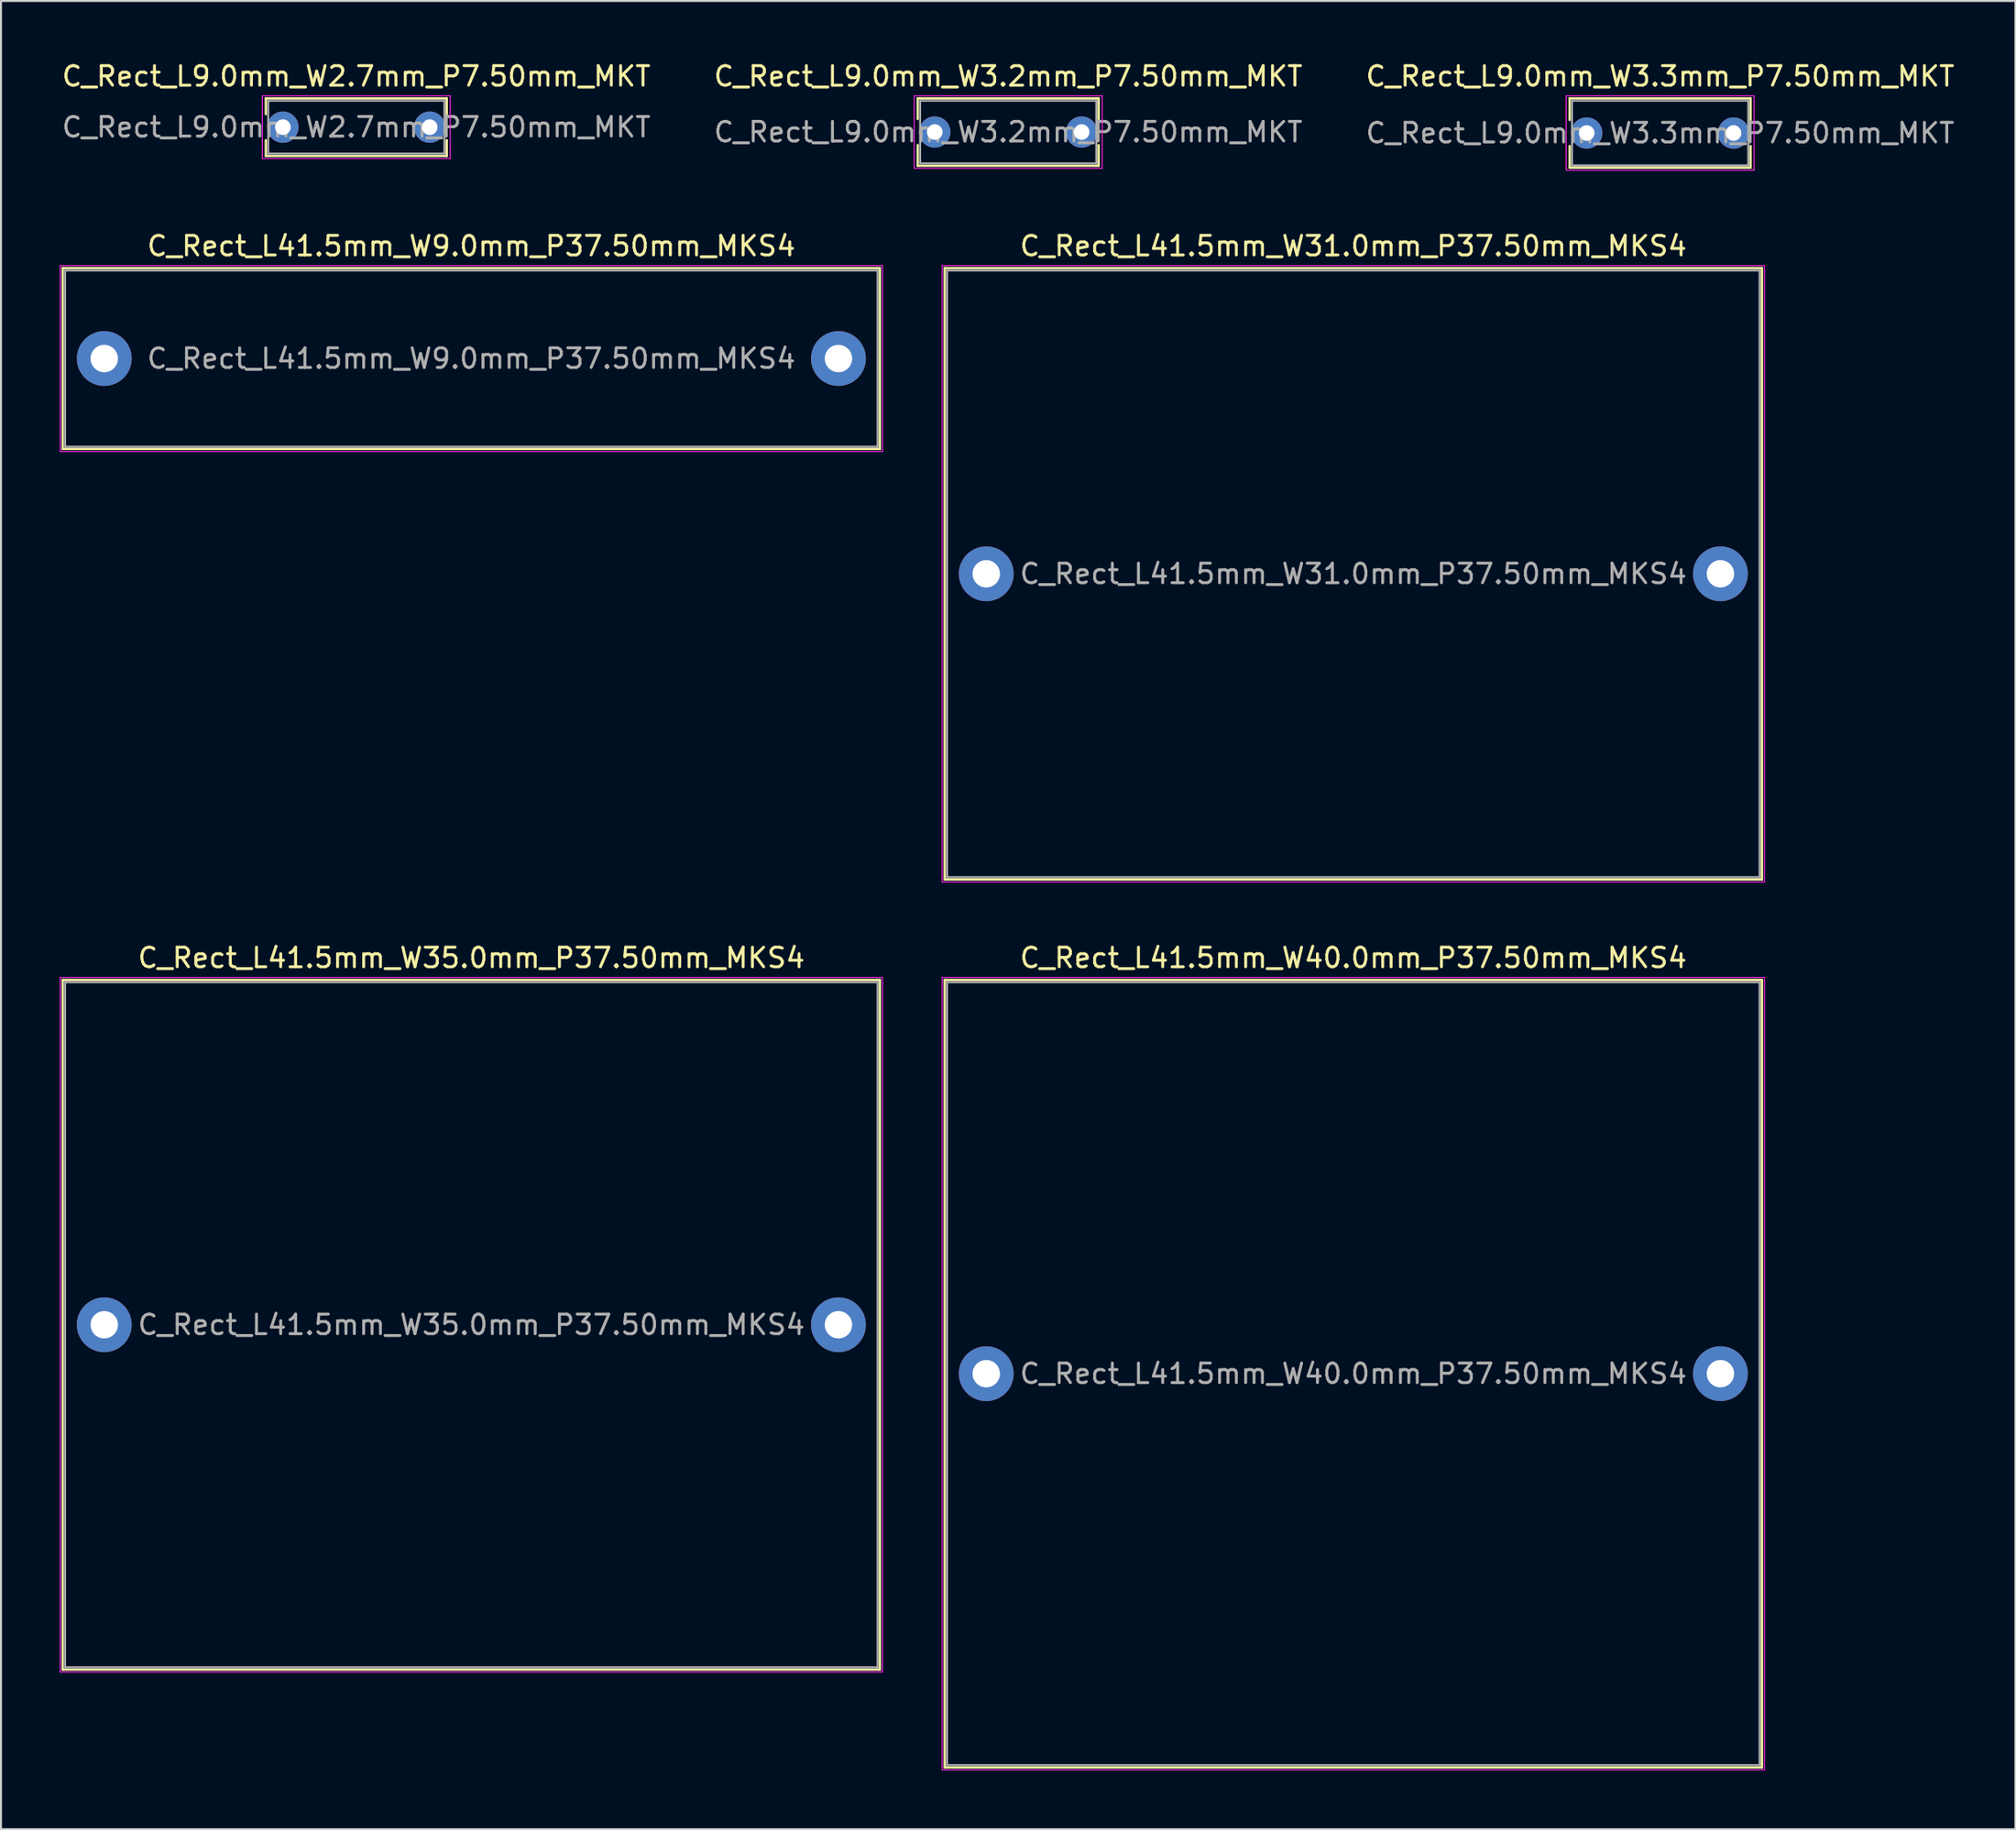
<source format=kicad_pcb>
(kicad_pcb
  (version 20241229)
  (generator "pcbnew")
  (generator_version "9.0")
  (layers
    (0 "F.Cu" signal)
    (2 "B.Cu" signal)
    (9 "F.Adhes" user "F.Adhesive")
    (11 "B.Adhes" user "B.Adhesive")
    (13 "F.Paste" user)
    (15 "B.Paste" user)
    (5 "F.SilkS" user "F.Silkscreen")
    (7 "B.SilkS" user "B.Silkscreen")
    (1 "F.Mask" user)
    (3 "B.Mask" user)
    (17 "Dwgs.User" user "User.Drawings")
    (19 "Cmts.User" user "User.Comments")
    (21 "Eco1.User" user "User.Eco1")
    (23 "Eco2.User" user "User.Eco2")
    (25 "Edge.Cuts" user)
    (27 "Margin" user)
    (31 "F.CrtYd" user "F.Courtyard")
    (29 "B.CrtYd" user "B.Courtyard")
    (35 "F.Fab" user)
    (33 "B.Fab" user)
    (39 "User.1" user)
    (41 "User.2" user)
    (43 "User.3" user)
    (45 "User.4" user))
  (footprint "C_Rect_L41.5mm_W31.0mm_P37.50mm_MKS4"
    (layer "F.Cu")
    (at 47.325 26.271)
    (property "Reference" "C_Rect_L41.5mm_W31.0mm_P37.50mm_MKS4" (at 18.75 -16.75 0) (layer "F.SilkS") (effects (font (size 1 1) (thickness 0.15))))
    (attr through_hole)
    (fp_line (start -2.12 -15.62) (end -2.12 15.62) (stroke (width 0.12) (type solid)) (layer "F.SilkS"))
    (fp_line (start -2.12 -15.62) (end 39.62 -15.62) (stroke (width 0.12) (type solid)) (layer "F.SilkS"))
    (fp_line (start -2.12 15.62) (end 39.62 15.62) (stroke (width 0.12) (type solid)) (layer "F.SilkS"))
    (fp_line (start 39.62 -15.62) (end 39.62 15.62) (stroke (width 0.12) (type solid)) (layer "F.SilkS"))
    (fp_line (start -2.25 -15.75) (end -2.25 15.75) (stroke (width 0.05) (type solid)) (layer "F.CrtYd"))
    (fp_line (start -2.25 15.75) (end 39.75 15.75) (stroke (width 0.05) (type solid)) (layer "F.CrtYd"))
    (fp_line (start 39.75 -15.75) (end -2.25 -15.75) (stroke (width 0.05) (type solid)) (layer "F.CrtYd"))
    (fp_line (start 39.75 15.75) (end 39.75 -15.75) (stroke (width 0.05) (type solid)) (layer "F.CrtYd"))
    (fp_line (start -2 -15.5) (end -2 15.5) (stroke (width 0.1) (type solid)) (layer "F.Fab"))
    (fp_line (start -2 15.5) (end 39.5 15.5) (stroke (width 0.1) (type solid)) (layer "F.Fab"))
    (fp_line (start 39.5 -15.5) (end -2 -15.5) (stroke (width 0.1) (type solid)) (layer "F.Fab"))
    (fp_line (start 39.5 15.5) (end 39.5 -15.5) (stroke (width 0.1) (type solid)) (layer "F.Fab"))
    (fp_text user "${REFERENCE}" (at 18.75 0 0) (layer "F.Fab") (effects (font (size 1 1) (thickness 0.15))))
    (pad "1" thru_hole circle (at 0 0) (size 2.8 2.8) (drill 1.4) (layers "*.Cu" "*.Mask"))
    (pad "2" thru_hole circle (at 37.5 0) (size 2.8 2.8) (drill 1.4) (layers "*.Cu" "*.Mask")))
  (footprint "C_Rect_L9.0mm_W3.3mm_P7.50mm_MKT"
    (layer "F.Cu")
    (at 77.994 3.748)
    (property "Reference" "C_Rect_L9.0mm_W3.3mm_P7.50mm_MKT" (at 3.75 -2.9 0) (layer "F.SilkS") (effects (font (size 1 1) (thickness 0.15))))
    (attr through_hole)
    (fp_line (start -0.87 -1.77) (end -0.87 -0.665) (stroke (width 0.12) (type solid)) (layer "F.SilkS"))
    (fp_line (start -0.87 -1.77) (end 8.37 -1.77) (stroke (width 0.12) (type solid)) (layer "F.SilkS"))
    (fp_line (start -0.87 0.665) (end -0.87 1.77) (stroke (width 0.12) (type solid)) (layer "F.SilkS"))
    (fp_line (start -0.87 1.77) (end 8.37 1.77) (stroke (width 0.12) (type solid)) (layer "F.SilkS"))
    (fp_line (start 8.37 -1.77) (end 8.37 -0.665) (stroke (width 0.12) (type solid)) (layer "F.SilkS"))
    (fp_line (start 8.37 0.665) (end 8.37 1.77) (stroke (width 0.12) (type solid)) (layer "F.SilkS"))
    (fp_line (start -1.05 -1.9) (end -1.05 1.9) (stroke (width 0.05) (type solid)) (layer "F.CrtYd"))
    (fp_line (start -1.05 1.9) (end 8.55 1.9) (stroke (width 0.05) (type solid)) (layer "F.CrtYd"))
    (fp_line (start 8.55 -1.9) (end -1.05 -1.9) (stroke (width 0.05) (type solid)) (layer "F.CrtYd"))
    (fp_line (start 8.55 1.9) (end 8.55 -1.9) (stroke (width 0.05) (type solid)) (layer "F.CrtYd"))
    (fp_line (start -0.75 -1.65) (end -0.75 1.65) (stroke (width 0.1) (type solid)) (layer "F.Fab"))
    (fp_line (start -0.75 1.65) (end 8.25 1.65) (stroke (width 0.1) (type solid)) (layer "F.Fab"))
    (fp_line (start 8.25 -1.65) (end -0.75 -1.65) (stroke (width 0.1) (type solid)) (layer "F.Fab"))
    (fp_line (start 8.25 1.65) (end 8.25 -1.65) (stroke (width 0.1) (type solid)) (layer "F.Fab"))
    (fp_text user "${REFERENCE}" (at 3.75 0 0) (layer "F.Fab") (effects (font (size 1 1) (thickness 0.15))))
    (pad "1" thru_hole circle (at 0 0) (size 1.6 1.6) (drill 0.8) (layers "*.Cu" "*.Mask"))
    (pad "2" thru_hole circle (at 7.5 0) (size 1.6 1.6) (drill 0.8) (layers "*.Cu" "*.Mask")))
  (footprint "C_Rect_L9.0mm_W2.7mm_P7.50mm_MKT"
    (layer "F.Cu")
    (at 11.399 3.448)
    (property "Reference" "C_Rect_L9.0mm_W2.7mm_P7.50mm_MKT" (at 3.75 -2.6 0) (layer "F.SilkS") (effects (font (size 1 1) (thickness 0.15))))
    (attr through_hole)
    (fp_line (start -0.87 -1.471) (end -0.87 -0.665) (stroke (width 0.12) (type solid)) (layer "F.SilkS"))
    (fp_line (start -0.87 -1.471) (end 8.37 -1.471) (stroke (width 0.12) (type solid)) (layer "F.SilkS"))
    (fp_line (start -0.87 0.665) (end -0.87 1.471) (stroke (width 0.12) (type solid)) (layer "F.SilkS"))
    (fp_line (start -0.87 1.471) (end 8.37 1.471) (stroke (width 0.12) (type solid)) (layer "F.SilkS"))
    (fp_line (start 8.37 -1.471) (end 8.37 -0.665) (stroke (width 0.12) (type solid)) (layer "F.SilkS"))
    (fp_line (start 8.37 0.665) (end 8.37 1.471) (stroke (width 0.12) (type solid)) (layer "F.SilkS"))
    (fp_line (start -1.05 -1.6) (end -1.05 1.6) (stroke (width 0.05) (type solid)) (layer "F.CrtYd"))
    (fp_line (start -1.05 1.6) (end 8.55 1.6) (stroke (width 0.05) (type solid)) (layer "F.CrtYd"))
    (fp_line (start 8.55 -1.6) (end -1.05 -1.6) (stroke (width 0.05) (type solid)) (layer "F.CrtYd"))
    (fp_line (start 8.55 1.6) (end 8.55 -1.6) (stroke (width 0.05) (type solid)) (layer "F.CrtYd"))
    (fp_line (start -0.75 -1.35) (end -0.75 1.35) (stroke (width 0.1) (type solid)) (layer "F.Fab"))
    (fp_line (start -0.75 1.35) (end 8.25 1.35) (stroke (width 0.1) (type solid)) (layer "F.Fab"))
    (fp_line (start 8.25 -1.35) (end -0.75 -1.35) (stroke (width 0.1) (type solid)) (layer "F.Fab"))
    (fp_line (start 8.25 1.35) (end 8.25 -1.35) (stroke (width 0.1) (type solid)) (layer "F.Fab"))
    (fp_text user "${REFERENCE}" (at 3.75 0 0) (layer "F.Fab") (effects (font (size 1 1) (thickness 0.15))))
    (pad "1" thru_hole circle (at 0 0) (size 1.6 1.6) (drill 0.8) (layers "*.Cu" "*.Mask"))
    (pad "2" thru_hole circle (at 7.5 0) (size 1.6 1.6) (drill 0.8) (layers "*.Cu" "*.Mask")))
  (footprint "C_Rect_L9.0mm_W3.2mm_P7.50mm_MKT"
    (layer "F.Cu")
    (at 44.696 3.698)
    (property "Reference" "C_Rect_L9.0mm_W3.2mm_P7.50mm_MKT" (at 3.75 -2.85 0) (layer "F.SilkS") (effects (font (size 1 1) (thickness 0.15))))
    (attr through_hole)
    (fp_line (start -0.87 -1.721) (end -0.87 -0.665) (stroke (width 0.12) (type solid)) (layer "F.SilkS"))
    (fp_line (start -0.87 -1.721) (end 8.37 -1.721) (stroke (width 0.12) (type solid)) (layer "F.SilkS"))
    (fp_line (start -0.87 0.665) (end -0.87 1.721) (stroke (width 0.12) (type solid)) (layer "F.SilkS"))
    (fp_line (start -0.87 1.721) (end 8.37 1.721) (stroke (width 0.12) (type solid)) (layer "F.SilkS"))
    (fp_line (start 8.37 -1.721) (end 8.37 -0.665) (stroke (width 0.12) (type solid)) (layer "F.SilkS"))
    (fp_line (start 8.37 0.665) (end 8.37 1.721) (stroke (width 0.12) (type solid)) (layer "F.SilkS"))
    (fp_line (start -1.05 -1.85) (end -1.05 1.85) (stroke (width 0.05) (type solid)) (layer "F.CrtYd"))
    (fp_line (start -1.05 1.85) (end 8.55 1.85) (stroke (width 0.05) (type solid)) (layer "F.CrtYd"))
    (fp_line (start 8.55 -1.85) (end -1.05 -1.85) (stroke (width 0.05) (type solid)) (layer "F.CrtYd"))
    (fp_line (start 8.55 1.85) (end 8.55 -1.85) (stroke (width 0.05) (type solid)) (layer "F.CrtYd"))
    (fp_line (start -0.75 -1.6) (end -0.75 1.6) (stroke (width 0.1) (type solid)) (layer "F.Fab"))
    (fp_line (start -0.75 1.6) (end 8.25 1.6) (stroke (width 0.1) (type solid)) (layer "F.Fab"))
    (fp_line (start 8.25 -1.6) (end -0.75 -1.6) (stroke (width 0.1) (type solid)) (layer "F.Fab"))
    (fp_line (start 8.25 1.6) (end 8.25 -1.6) (stroke (width 0.1) (type solid)) (layer "F.Fab"))
    (fp_text user "${REFERENCE}" (at 3.75 0 0) (layer "F.Fab") (effects (font (size 1 1) (thickness 0.15))))
    (pad "1" thru_hole circle (at 0 0) (size 1.6 1.6) (drill 0.8) (layers "*.Cu" "*.Mask"))
    (pad "2" thru_hole circle (at 7.5 0) (size 1.6 1.6) (drill 0.8) (layers "*.Cu" "*.Mask")))
  (footprint "C_Rect_L41.5mm_W35.0mm_P37.50mm_MKS4"
    (layer "F.Cu")
    (at 2.275 64.645)
    (property "Reference" "C_Rect_L41.5mm_W35.0mm_P37.50mm_MKS4" (at 18.75 -18.75 0) (layer "F.SilkS") (effects (font (size 1 1) (thickness 0.15))))
    (attr through_hole)
    (fp_line (start -2.12 -17.62) (end -2.12 17.62) (stroke (width 0.12) (type solid)) (layer "F.SilkS"))
    (fp_line (start -2.12 -17.62) (end 39.62 -17.62) (stroke (width 0.12) (type solid)) (layer "F.SilkS"))
    (fp_line (start -2.12 17.62) (end 39.62 17.62) (stroke (width 0.12) (type solid)) (layer "F.SilkS"))
    (fp_line (start 39.62 -17.62) (end 39.62 17.62) (stroke (width 0.12) (type solid)) (layer "F.SilkS"))
    (fp_line (start -2.25 -17.75) (end -2.25 17.75) (stroke (width 0.05) (type solid)) (layer "F.CrtYd"))
    (fp_line (start -2.25 17.75) (end 39.75 17.75) (stroke (width 0.05) (type solid)) (layer "F.CrtYd"))
    (fp_line (start 39.75 -17.75) (end -2.25 -17.75) (stroke (width 0.05) (type solid)) (layer "F.CrtYd"))
    (fp_line (start 39.75 17.75) (end 39.75 -17.75) (stroke (width 0.05) (type solid)) (layer "F.CrtYd"))
    (fp_line (start -2 -17.5) (end -2 17.5) (stroke (width 0.1) (type solid)) (layer "F.Fab"))
    (fp_line (start -2 17.5) (end 39.5 17.5) (stroke (width 0.1) (type solid)) (layer "F.Fab"))
    (fp_line (start 39.5 -17.5) (end -2 -17.5) (stroke (width 0.1) (type solid)) (layer "F.Fab"))
    (fp_line (start 39.5 17.5) (end 39.5 -17.5) (stroke (width 0.1) (type solid)) (layer "F.Fab"))
    (fp_text user "${REFERENCE}" (at 18.75 0 0) (layer "F.Fab") (effects (font (size 1 1) (thickness 0.15))))
    (pad "1" thru_hole circle (at 0 0) (size 2.8 2.8) (drill 1.4) (layers "*.Cu" "*.Mask"))
    (pad "2" thru_hole circle (at 37.5 0) (size 2.8 2.8) (drill 1.4) (layers "*.Cu" "*.Mask")))
  (footprint "C_Rect_L41.5mm_W40.0mm_P37.50mm_MKS4"
    (layer "F.Cu")
    (at 47.325 67.145)
    (property "Reference" "C_Rect_L41.5mm_W40.0mm_P37.50mm_MKS4" (at 18.75 -21.25 0) (layer "F.SilkS") (effects (font (size 1 1) (thickness 0.15))))
    (attr through_hole)
    (fp_line (start -2.12 -20.12) (end -2.12 20.12) (stroke (width 0.12) (type solid)) (layer "F.SilkS"))
    (fp_line (start -2.12 -20.12) (end 39.62 -20.12) (stroke (width 0.12) (type solid)) (layer "F.SilkS"))
    (fp_line (start -2.12 20.12) (end 39.62 20.12) (stroke (width 0.12) (type solid)) (layer "F.SilkS"))
    (fp_line (start 39.62 -20.12) (end 39.62 20.12) (stroke (width 0.12) (type solid)) (layer "F.SilkS"))
    (fp_line (start -2.25 -20.25) (end -2.25 20.25) (stroke (width 0.05) (type solid)) (layer "F.CrtYd"))
    (fp_line (start -2.25 20.25) (end 39.75 20.25) (stroke (width 0.05) (type solid)) (layer "F.CrtYd"))
    (fp_line (start 39.75 -20.25) (end -2.25 -20.25) (stroke (width 0.05) (type solid)) (layer "F.CrtYd"))
    (fp_line (start 39.75 20.25) (end 39.75 -20.25) (stroke (width 0.05) (type solid)) (layer "F.CrtYd"))
    (fp_line (start -2 -20) (end -2 20) (stroke (width 0.1) (type solid)) (layer "F.Fab"))
    (fp_line (start -2 20) (end 39.5 20) (stroke (width 0.1) (type solid)) (layer "F.Fab"))
    (fp_line (start 39.5 -20) (end -2 -20) (stroke (width 0.1) (type solid)) (layer "F.Fab"))
    (fp_line (start 39.5 20) (end 39.5 -20) (stroke (width 0.1) (type solid)) (layer "F.Fab"))
    (fp_text user "${REFERENCE}" (at 18.75 0 0) (layer "F.Fab") (effects (font (size 1 1) (thickness 0.15))))
    (pad "1" thru_hole circle (at 0 0) (size 2.8 2.8) (drill 1.4) (layers "*.Cu" "*.Mask"))
    (pad "2" thru_hole circle (at 37.5 0) (size 2.8 2.8) (drill 1.4) (layers "*.Cu" "*.Mask")))
  (footprint "C_Rect_L41.5mm_W9.0mm_P37.50mm_MKS4"
    (layer "F.Cu")
    (at 2.275 15.271)
    (property "Reference" "C_Rect_L41.5mm_W9.0mm_P37.50mm_MKS4" (at 18.75 -5.75 0) (layer "F.SilkS") (effects (font (size 1 1) (thickness 0.15))))
    (attr through_hole)
    (fp_line (start -2.12 -4.62) (end -2.12 4.62) (stroke (width 0.12) (type solid)) (layer "F.SilkS"))
    (fp_line (start -2.12 -4.62) (end 39.62 -4.62) (stroke (width 0.12) (type solid)) (layer "F.SilkS"))
    (fp_line (start -2.12 4.62) (end 39.62 4.62) (stroke (width 0.12) (type solid)) (layer "F.SilkS"))
    (fp_line (start 39.62 -4.62) (end 39.62 4.62) (stroke (width 0.12) (type solid)) (layer "F.SilkS"))
    (fp_line (start -2.25 -4.75) (end -2.25 4.75) (stroke (width 0.05) (type solid)) (layer "F.CrtYd"))
    (fp_line (start -2.25 4.75) (end 39.75 4.75) (stroke (width 0.05) (type solid)) (layer "F.CrtYd"))
    (fp_line (start 39.75 -4.75) (end -2.25 -4.75) (stroke (width 0.05) (type solid)) (layer "F.CrtYd"))
    (fp_line (start 39.75 4.75) (end 39.75 -4.75) (stroke (width 0.05) (type solid)) (layer "F.CrtYd"))
    (fp_line (start -2 -4.5) (end -2 4.5) (stroke (width 0.1) (type solid)) (layer "F.Fab"))
    (fp_line (start -2 4.5) (end 39.5 4.5) (stroke (width 0.1) (type solid)) (layer "F.Fab"))
    (fp_line (start 39.5 -4.5) (end -2 -4.5) (stroke (width 0.1) (type solid)) (layer "F.Fab"))
    (fp_line (start 39.5 4.5) (end 39.5 -4.5) (stroke (width 0.1) (type solid)) (layer "F.Fab"))
    (fp_text user "${REFERENCE}" (at 18.75 0 0) (layer "F.Fab") (effects (font (size 1 1) (thickness 0.15))))
    (pad "1" thru_hole circle (at 0 0) (size 2.8 2.8) (drill 1.4) (layers "*.Cu" "*.Mask"))
    (pad "2" thru_hole circle (at 37.5 0) (size 2.8 2.8) (drill 1.4) (layers "*.Cu" "*.Mask")))
  (gr_rect
    (start -3 -3)
    (end 99.893 90.42)
    (stroke (width 0.1) (type default))
    (fill no)
    (layer "Edge.Cuts")))
</source>
